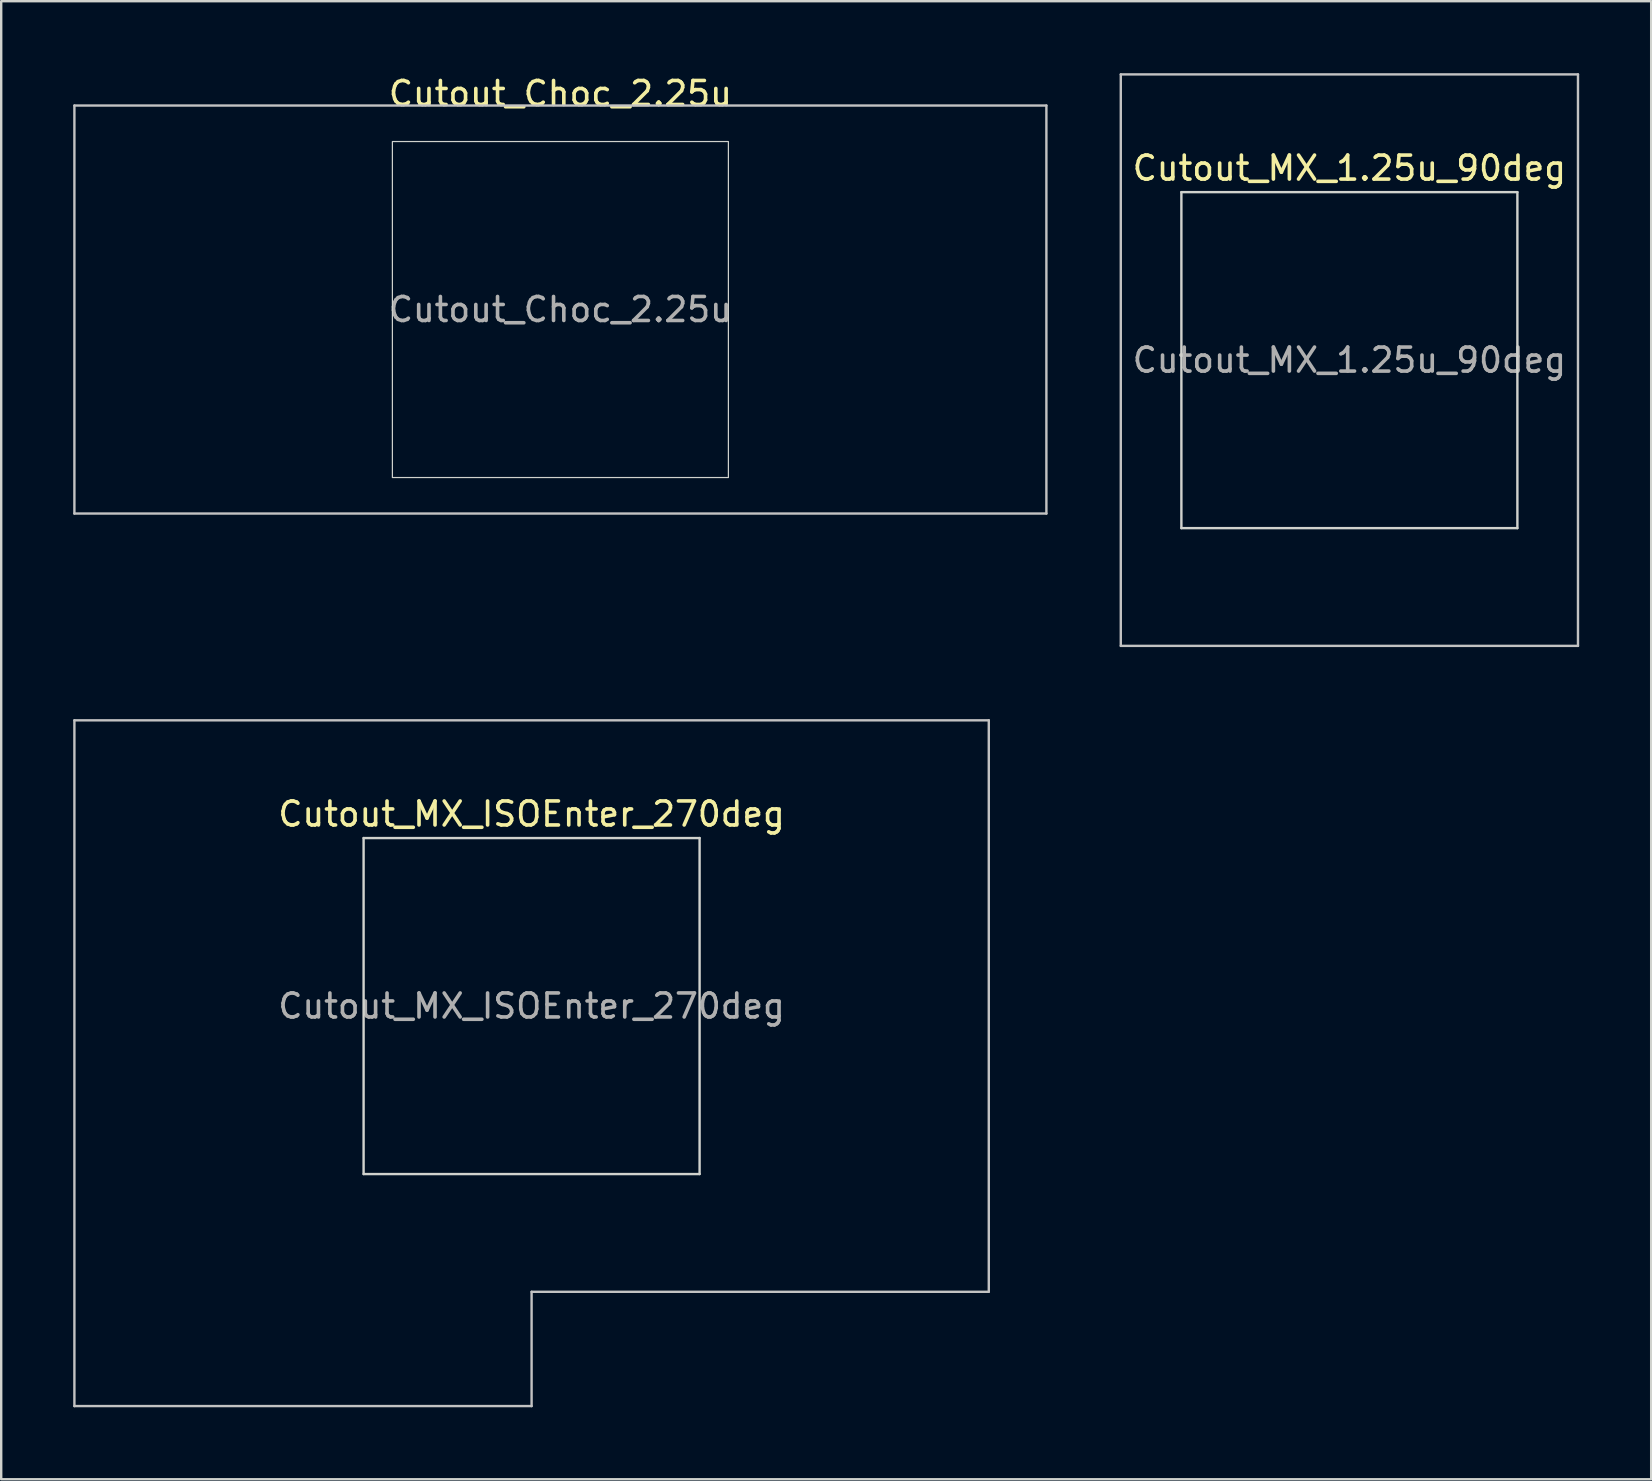
<source format=kicad_pcb>
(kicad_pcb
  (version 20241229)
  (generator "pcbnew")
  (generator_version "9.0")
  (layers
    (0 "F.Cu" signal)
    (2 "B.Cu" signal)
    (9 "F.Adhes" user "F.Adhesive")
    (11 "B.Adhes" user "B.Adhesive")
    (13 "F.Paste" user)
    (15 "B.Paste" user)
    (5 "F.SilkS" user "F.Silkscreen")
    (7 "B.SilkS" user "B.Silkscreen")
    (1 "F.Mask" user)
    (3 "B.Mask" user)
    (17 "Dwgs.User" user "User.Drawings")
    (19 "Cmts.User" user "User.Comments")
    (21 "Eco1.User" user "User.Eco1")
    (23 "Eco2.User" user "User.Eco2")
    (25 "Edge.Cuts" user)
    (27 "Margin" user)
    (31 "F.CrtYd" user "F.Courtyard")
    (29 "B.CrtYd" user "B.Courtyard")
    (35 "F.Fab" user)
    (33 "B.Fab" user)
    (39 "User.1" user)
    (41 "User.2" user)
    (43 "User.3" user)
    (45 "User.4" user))
  (footprint "Cutout_Choc_2.25u"
    (layer "F.Cu")
    (at 20.3 9.848)
    (property "Reference" "Cutout_Choc_2.25u" (at 0 -9 0) (layer "F.SilkS") (effects (font (size 1 1) (thickness 0.15))))
    (attr through_hole)
    (fp_line (start -20.25 -8.5) (end -20.25 8.5) (stroke (width 0.1) (type solid)) (layer "Dwgs.User"))
    (fp_line (start -20.25 8.5) (end 20.25 8.5) (stroke (width 0.1) (type solid)) (layer "Dwgs.User"))
    (fp_line (start 20.25 -8.5) (end -20.25 -8.5) (stroke (width 0.1) (type solid)) (layer "Dwgs.User"))
    (fp_line (start 20.25 8.5) (end 20.25 -8.5) (stroke (width 0.1) (type solid)) (layer "Dwgs.User"))
    (fp_rect (start -7 -7) (end 7 7) (stroke (width 0.05) (type default)) (fill no) (layer "Edge.Cuts"))
    (fp_text user "${REFERENCE}" (at 0 0 0) (layer "F.Fab") (effects (font (size 1 1) (thickness 0.15)))))
  (footprint "Cutout_MX_ISOEnter_270deg"
    (layer "F.Cu")
    (at 19.1 38.869)
    (property "Reference" "Cutout_MX_ISOEnter_270deg" (at 0 -8 0) (layer "F.SilkS") (effects (font (size 1 1) (thickness 0.15))))
    (attr through_hole)
    (fp_line (start -19.05 -11.906) (end -19.05 16.669) (stroke (width 0.1) (type solid)) (layer "Dwgs.User"))
    (fp_line (start -19.05 16.669) (end 0 16.669) (stroke (width 0.1) (type solid)) (layer "Dwgs.User"))
    (fp_line (start 0 11.906) (end 19.05 11.906) (stroke (width 0.1) (type solid)) (layer "Dwgs.User"))
    (fp_line (start 0 16.669) (end 0 11.906) (stroke (width 0.1) (type solid)) (layer "Dwgs.User"))
    (fp_line (start 19.05 -11.906) (end -19.05 -11.906) (stroke (width 0.1) (type solid)) (layer "Dwgs.User"))
    (fp_line (start 19.05 11.906) (end 19.05 -11.906) (stroke (width 0.1) (type solid)) (layer "Dwgs.User"))
    (fp_line (start -7 -7) (end -7 7) (stroke (width 0.1) (type solid)) (layer "Edge.Cuts"))
    (fp_line (start -7 7) (end 7 7) (stroke (width 0.1) (type solid)) (layer "Edge.Cuts"))
    (fp_line (start 7 -7) (end -7 -7) (stroke (width 0.1) (type solid)) (layer "Edge.Cuts"))
    (fp_line (start 7 7) (end 7 -7) (stroke (width 0.1) (type solid)) (layer "Edge.Cuts"))
    (fp_text user "${REFERENCE}" (at 0 0 0) (layer "F.Fab") (effects (font (size 1 1) (thickness 0.15)))))
  (footprint "Cutout_MX_1.25u_90deg"
    (layer "F.Cu")
    (at 53.175 11.956)
    (property "Reference" "Cutout_MX_1.25u_90deg" (at 0 -8 0) (layer "F.SilkS") (effects (font (size 1 1) (thickness 0.15))))
    (attr through_hole)
    (fp_line (start -9.525 -11.906) (end 9.525 -11.906) (stroke (width 0.1) (type solid)) (layer "Dwgs.User"))
    (fp_line (start -9.525 11.906) (end -9.525 -11.906) (stroke (width 0.1) (type solid)) (layer "Dwgs.User"))
    (fp_line (start 9.525 -11.906) (end 9.525 11.906) (stroke (width 0.1) (type solid)) (layer "Dwgs.User"))
    (fp_line (start 9.525 11.906) (end -9.525 11.906) (stroke (width 0.1) (type solid)) (layer "Dwgs.User"))
    (fp_line (start -7 -7) (end -7 7) (stroke (width 0.1) (type solid)) (layer "Edge.Cuts"))
    (fp_line (start -7 7) (end 7 7) (stroke (width 0.1) (type solid)) (layer "Edge.Cuts"))
    (fp_line (start 7 -7) (end -7 -7) (stroke (width 0.1) (type solid)) (layer "Edge.Cuts"))
    (fp_line (start 7 7) (end 7 -7) (stroke (width 0.1) (type solid)) (layer "Edge.Cuts"))
    (fp_text user "${REFERENCE}" (at 0 0 0) (layer "F.Fab") (effects (font (size 1 1) (thickness 0.15)))))
  (gr_rect
    (start -3 -3)
    (end 65.75 58.587)
    (stroke (width 0.1) (type default))
    (fill no)
    (layer "Edge.Cuts")))
</source>
